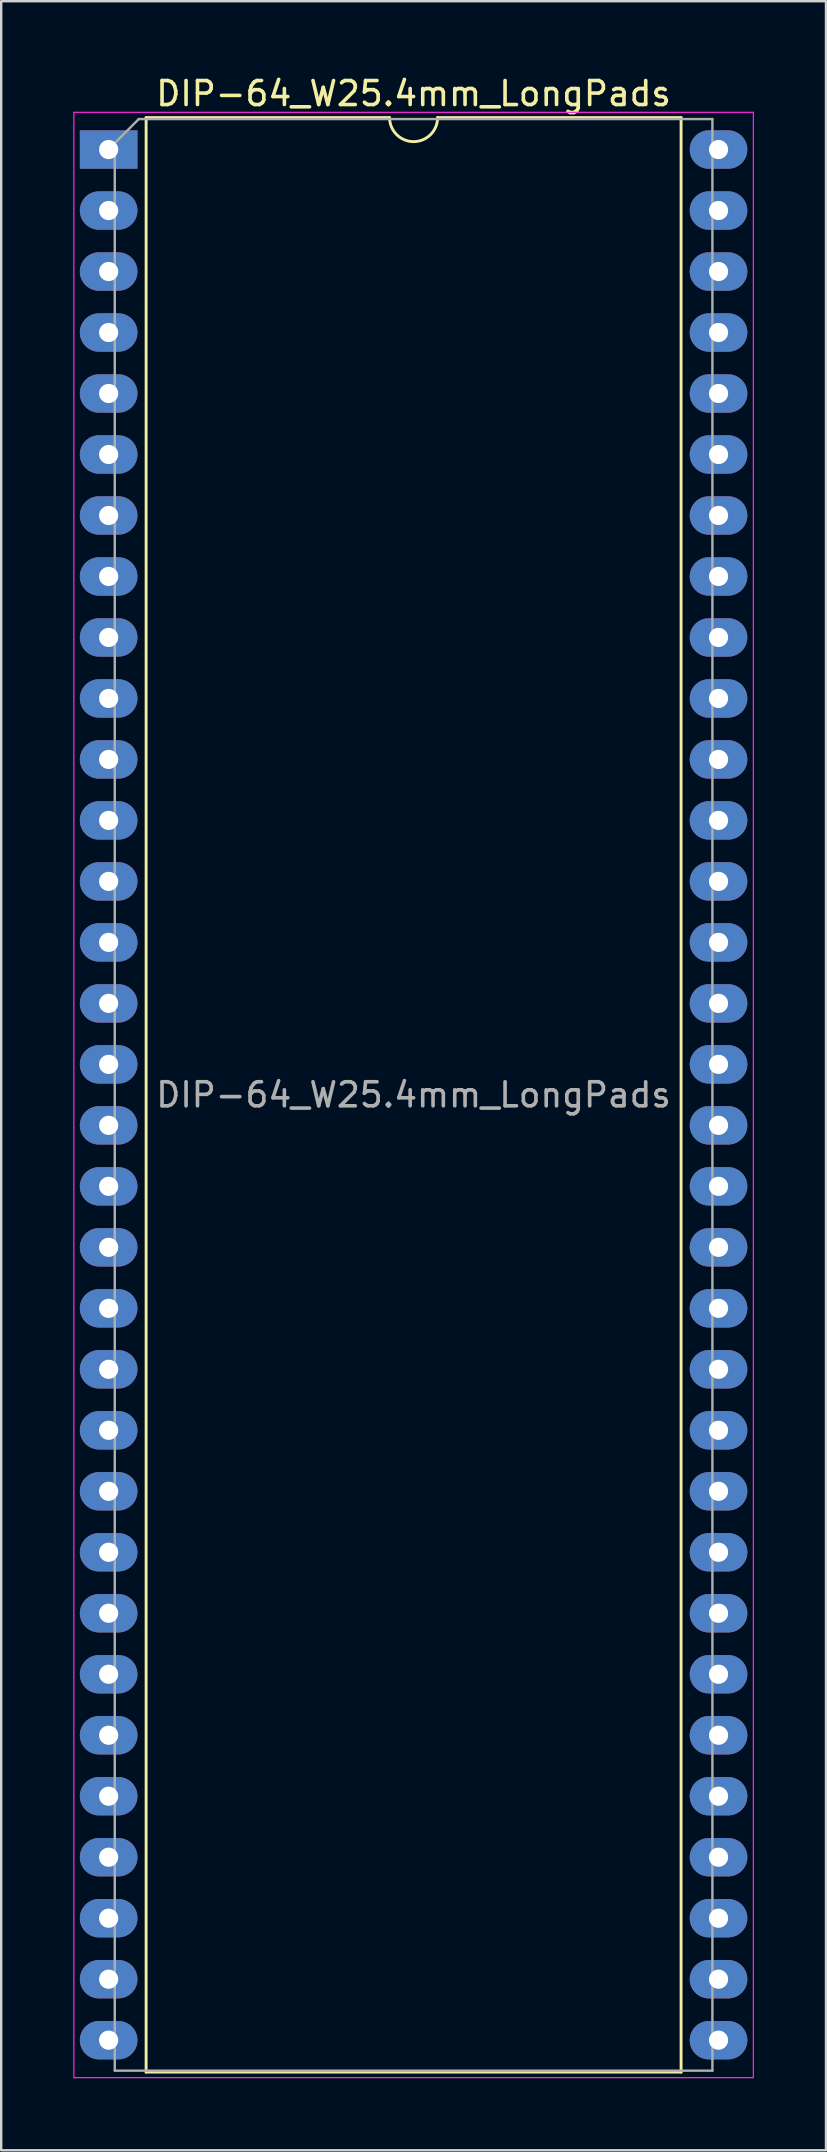
<source format=kicad_pcb>
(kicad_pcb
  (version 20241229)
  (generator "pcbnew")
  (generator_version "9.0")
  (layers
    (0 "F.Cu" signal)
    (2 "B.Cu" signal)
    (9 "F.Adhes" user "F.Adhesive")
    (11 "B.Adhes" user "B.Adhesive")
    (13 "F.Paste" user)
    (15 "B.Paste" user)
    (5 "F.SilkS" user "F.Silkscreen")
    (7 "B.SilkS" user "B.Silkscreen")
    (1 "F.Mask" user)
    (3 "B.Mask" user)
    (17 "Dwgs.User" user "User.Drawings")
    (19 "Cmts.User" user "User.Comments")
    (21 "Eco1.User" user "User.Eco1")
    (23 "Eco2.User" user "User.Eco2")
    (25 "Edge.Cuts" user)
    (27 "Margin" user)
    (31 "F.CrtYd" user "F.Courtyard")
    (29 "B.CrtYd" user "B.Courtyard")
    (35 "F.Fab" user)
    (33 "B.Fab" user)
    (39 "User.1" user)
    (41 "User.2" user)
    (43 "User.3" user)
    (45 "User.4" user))
  (footprint "DIP-64_W25.4mm_LongPads"
    (layer "F.Cu")
    (at 1.475 3.178)
    (property "Reference" "DIP-64_W25.4mm_LongPads" (at 12.7 -2.33 0) (layer "F.SilkS") (effects (font (size 1 1) (thickness 0.15))))
    (attr through_hole)
    (fp_line (start 1.56 -1.33) (end 1.56 80.07) (stroke (width 0.12) (type solid)) (layer "F.SilkS"))
    (fp_line (start 1.56 80.07) (end 23.84 80.07) (stroke (width 0.12) (type solid)) (layer "F.SilkS"))
    (fp_line (start 11.7 -1.33) (end 1.56 -1.33) (stroke (width 0.12) (type solid)) (layer "F.SilkS"))
    (fp_line (start 23.84 -1.33) (end 13.7 -1.33) (stroke (width 0.12) (type solid)) (layer "F.SilkS"))
    (fp_line (start 23.84 80.07) (end 23.84 -1.33) (stroke (width 0.12) (type solid)) (layer "F.SilkS"))
    (fp_arc (start 13.7 -1.33) (mid 12.7 -0.33) (end 11.7 -1.33) (stroke (width 0.12) (type solid)) (layer "F.SilkS"))
    (fp_line (start -1.45 -1.55) (end -1.45 80.3) (stroke (width 0.05) (type solid)) (layer "F.CrtYd"))
    (fp_line (start -1.45 80.3) (end 26.85 80.3) (stroke (width 0.05) (type solid)) (layer "F.CrtYd"))
    (fp_line (start 26.85 -1.55) (end -1.45 -1.55) (stroke (width 0.05) (type solid)) (layer "F.CrtYd"))
    (fp_line (start 26.85 80.3) (end 26.85 -1.55) (stroke (width 0.05) (type solid)) (layer "F.CrtYd"))
    (fp_line (start 0.255 -0.27) (end 1.255 -1.27) (stroke (width 0.1) (type solid)) (layer "F.Fab"))
    (fp_line (start 0.255 80.01) (end 0.255 -0.27) (stroke (width 0.1) (type solid)) (layer "F.Fab"))
    (fp_line (start 1.255 -1.27) (end 25.145 -1.27) (stroke (width 0.1) (type solid)) (layer "F.Fab"))
    (fp_line (start 25.145 -1.27) (end 25.145 80.01) (stroke (width 0.1) (type solid)) (layer "F.Fab"))
    (fp_line (start 25.145 80.01) (end 0.255 80.01) (stroke (width 0.1) (type solid)) (layer "F.Fab"))
    (fp_text user "${REFERENCE}" (at 12.7 39.37 0) (layer "F.Fab") (effects (font (size 1 1) (thickness 0.15))))
    (pad "1" thru_hole rect (at 0 0) (size 2.4 1.6) (drill 0.8) (layers "*.Cu" "*.Mask"))
    (pad "2" thru_hole oval (at 0 2.54) (size 2.4 1.6) (drill 0.8) (layers "*.Cu" "*.Mask"))
    (pad "3" thru_hole oval (at 0 5.08) (size 2.4 1.6) (drill 0.8) (layers "*.Cu" "*.Mask"))
    (pad "4" thru_hole oval (at 0 7.62) (size 2.4 1.6) (drill 0.8) (layers "*.Cu" "*.Mask"))
    (pad "5" thru_hole oval (at 0 10.16) (size 2.4 1.6) (drill 0.8) (layers "*.Cu" "*.Mask"))
    (pad "6" thru_hole oval (at 0 12.7) (size 2.4 1.6) (drill 0.8) (layers "*.Cu" "*.Mask"))
    (pad "7" thru_hole oval (at 0 15.24) (size 2.4 1.6) (drill 0.8) (layers "*.Cu" "*.Mask"))
    (pad "8" thru_hole oval (at 0 17.78) (size 2.4 1.6) (drill 0.8) (layers "*.Cu" "*.Mask"))
    (pad "9" thru_hole oval (at 0 20.32) (size 2.4 1.6) (drill 0.8) (layers "*.Cu" "*.Mask"))
    (pad "10" thru_hole oval (at 0 22.86) (size 2.4 1.6) (drill 0.8) (layers "*.Cu" "*.Mask"))
    (pad "11" thru_hole oval (at 0 25.4) (size 2.4 1.6) (drill 0.8) (layers "*.Cu" "*.Mask"))
    (pad "12" thru_hole oval (at 0 27.94) (size 2.4 1.6) (drill 0.8) (layers "*.Cu" "*.Mask"))
    (pad "13" thru_hole oval (at 0 30.48) (size 2.4 1.6) (drill 0.8) (layers "*.Cu" "*.Mask"))
    (pad "14" thru_hole oval (at 0 33.02) (size 2.4 1.6) (drill 0.8) (layers "*.Cu" "*.Mask"))
    (pad "15" thru_hole oval (at 0 35.56) (size 2.4 1.6) (drill 0.8) (layers "*.Cu" "*.Mask"))
    (pad "16" thru_hole oval (at 0 38.1) (size 2.4 1.6) (drill 0.8) (layers "*.Cu" "*.Mask"))
    (pad "17" thru_hole oval (at 0 40.64) (size 2.4 1.6) (drill 0.8) (layers "*.Cu" "*.Mask"))
    (pad "18" thru_hole oval (at 0 43.18) (size 2.4 1.6) (drill 0.8) (layers "*.Cu" "*.Mask"))
    (pad "19" thru_hole oval (at 0 45.72) (size 2.4 1.6) (drill 0.8) (layers "*.Cu" "*.Mask"))
    (pad "20" thru_hole oval (at 0 48.26) (size 2.4 1.6) (drill 0.8) (layers "*.Cu" "*.Mask"))
    (pad "21" thru_hole oval (at 0 50.8) (size 2.4 1.6) (drill 0.8) (layers "*.Cu" "*.Mask"))
    (pad "22" thru_hole oval (at 0 53.34) (size 2.4 1.6) (drill 0.8) (layers "*.Cu" "*.Mask"))
    (pad "23" thru_hole oval (at 0 55.88) (size 2.4 1.6) (drill 0.8) (layers "*.Cu" "*.Mask"))
    (pad "24" thru_hole oval (at 0 58.42) (size 2.4 1.6) (drill 0.8) (layers "*.Cu" "*.Mask"))
    (pad "25" thru_hole oval (at 0 60.96) (size 2.4 1.6) (drill 0.8) (layers "*.Cu" "*.Mask"))
    (pad "26" thru_hole oval (at 0 63.5) (size 2.4 1.6) (drill 0.8) (layers "*.Cu" "*.Mask"))
    (pad "27" thru_hole oval (at 0 66.04) (size 2.4 1.6) (drill 0.8) (layers "*.Cu" "*.Mask"))
    (pad "28" thru_hole oval (at 0 68.58) (size 2.4 1.6) (drill 0.8) (layers "*.Cu" "*.Mask"))
    (pad "29" thru_hole oval (at 0 71.12) (size 2.4 1.6) (drill 0.8) (layers "*.Cu" "*.Mask"))
    (pad "30" thru_hole oval (at 0 73.66) (size 2.4 1.6) (drill 0.8) (layers "*.Cu" "*.Mask"))
    (pad "31" thru_hole oval (at 0 76.2) (size 2.4 1.6) (drill 0.8) (layers "*.Cu" "*.Mask"))
    (pad "32" thru_hole oval (at 0 78.74) (size 2.4 1.6) (drill 0.8) (layers "*.Cu" "*.Mask"))
    (pad "33" thru_hole oval (at 25.4 78.74) (size 2.4 1.6) (drill 0.8) (layers "*.Cu" "*.Mask"))
    (pad "34" thru_hole oval (at 25.4 76.2) (size 2.4 1.6) (drill 0.8) (layers "*.Cu" "*.Mask"))
    (pad "35" thru_hole oval (at 25.4 73.66) (size 2.4 1.6) (drill 0.8) (layers "*.Cu" "*.Mask"))
    (pad "36" thru_hole oval (at 25.4 71.12) (size 2.4 1.6) (drill 0.8) (layers "*.Cu" "*.Mask"))
    (pad "37" thru_hole oval (at 25.4 68.58) (size 2.4 1.6) (drill 0.8) (layers "*.Cu" "*.Mask"))
    (pad "38" thru_hole oval (at 25.4 66.04) (size 2.4 1.6) (drill 0.8) (layers "*.Cu" "*.Mask"))
    (pad "39" thru_hole oval (at 25.4 63.5) (size 2.4 1.6) (drill 0.8) (layers "*.Cu" "*.Mask"))
    (pad "40" thru_hole oval (at 25.4 60.96) (size 2.4 1.6) (drill 0.8) (layers "*.Cu" "*.Mask"))
    (pad "41" thru_hole oval (at 25.4 58.42) (size 2.4 1.6) (drill 0.8) (layers "*.Cu" "*.Mask"))
    (pad "42" thru_hole oval (at 25.4 55.88) (size 2.4 1.6) (drill 0.8) (layers "*.Cu" "*.Mask"))
    (pad "43" thru_hole oval (at 25.4 53.34) (size 2.4 1.6) (drill 0.8) (layers "*.Cu" "*.Mask"))
    (pad "44" thru_hole oval (at 25.4 50.8) (size 2.4 1.6) (drill 0.8) (layers "*.Cu" "*.Mask"))
    (pad "45" thru_hole oval (at 25.4 48.26) (size 2.4 1.6) (drill 0.8) (layers "*.Cu" "*.Mask"))
    (pad "46" thru_hole oval (at 25.4 45.72) (size 2.4 1.6) (drill 0.8) (layers "*.Cu" "*.Mask"))
    (pad "47" thru_hole oval (at 25.4 43.18) (size 2.4 1.6) (drill 0.8) (layers "*.Cu" "*.Mask"))
    (pad "48" thru_hole oval (at 25.4 40.64) (size 2.4 1.6) (drill 0.8) (layers "*.Cu" "*.Mask"))
    (pad "49" thru_hole oval (at 25.4 38.1) (size 2.4 1.6) (drill 0.8) (layers "*.Cu" "*.Mask"))
    (pad "50" thru_hole oval (at 25.4 35.56) (size 2.4 1.6) (drill 0.8) (layers "*.Cu" "*.Mask"))
    (pad "51" thru_hole oval (at 25.4 33.02) (size 2.4 1.6) (drill 0.8) (layers "*.Cu" "*.Mask"))
    (pad "52" thru_hole oval (at 25.4 30.48) (size 2.4 1.6) (drill 0.8) (layers "*.Cu" "*.Mask"))
    (pad "53" thru_hole oval (at 25.4 27.94) (size 2.4 1.6) (drill 0.8) (layers "*.Cu" "*.Mask"))
    (pad "54" thru_hole oval (at 25.4 25.4) (size 2.4 1.6) (drill 0.8) (layers "*.Cu" "*.Mask"))
    (pad "55" thru_hole oval (at 25.4 22.86) (size 2.4 1.6) (drill 0.8) (layers "*.Cu" "*.Mask"))
    (pad "56" thru_hole oval (at 25.4 20.32) (size 2.4 1.6) (drill 0.8) (layers "*.Cu" "*.Mask"))
    (pad "57" thru_hole oval (at 25.4 17.78) (size 2.4 1.6) (drill 0.8) (layers "*.Cu" "*.Mask"))
    (pad "58" thru_hole oval (at 25.4 15.24) (size 2.4 1.6) (drill 0.8) (layers "*.Cu" "*.Mask"))
    (pad "59" thru_hole oval (at 25.4 12.7) (size 2.4 1.6) (drill 0.8) (layers "*.Cu" "*.Mask"))
    (pad "60" thru_hole oval (at 25.4 10.16) (size 2.4 1.6) (drill 0.8) (layers "*.Cu" "*.Mask"))
    (pad "61" thru_hole oval (at 25.4 7.62) (size 2.4 1.6) (drill 0.8) (layers "*.Cu" "*.Mask"))
    (pad "62" thru_hole oval (at 25.4 5.08) (size 2.4 1.6) (drill 0.8) (layers "*.Cu" "*.Mask"))
    (pad "63" thru_hole oval (at 25.4 2.54) (size 2.4 1.6) (drill 0.8) (layers "*.Cu" "*.Mask"))
    (pad "64" thru_hole oval (at 25.4 0) (size 2.4 1.6) (drill 0.8) (layers "*.Cu" "*.Mask")))
  (gr_rect
    (start -3 -3)
    (end 31.35 86.503)
    (stroke (width 0.1) (type default))
    (fill no)
    (layer "Edge.Cuts")))
</source>
